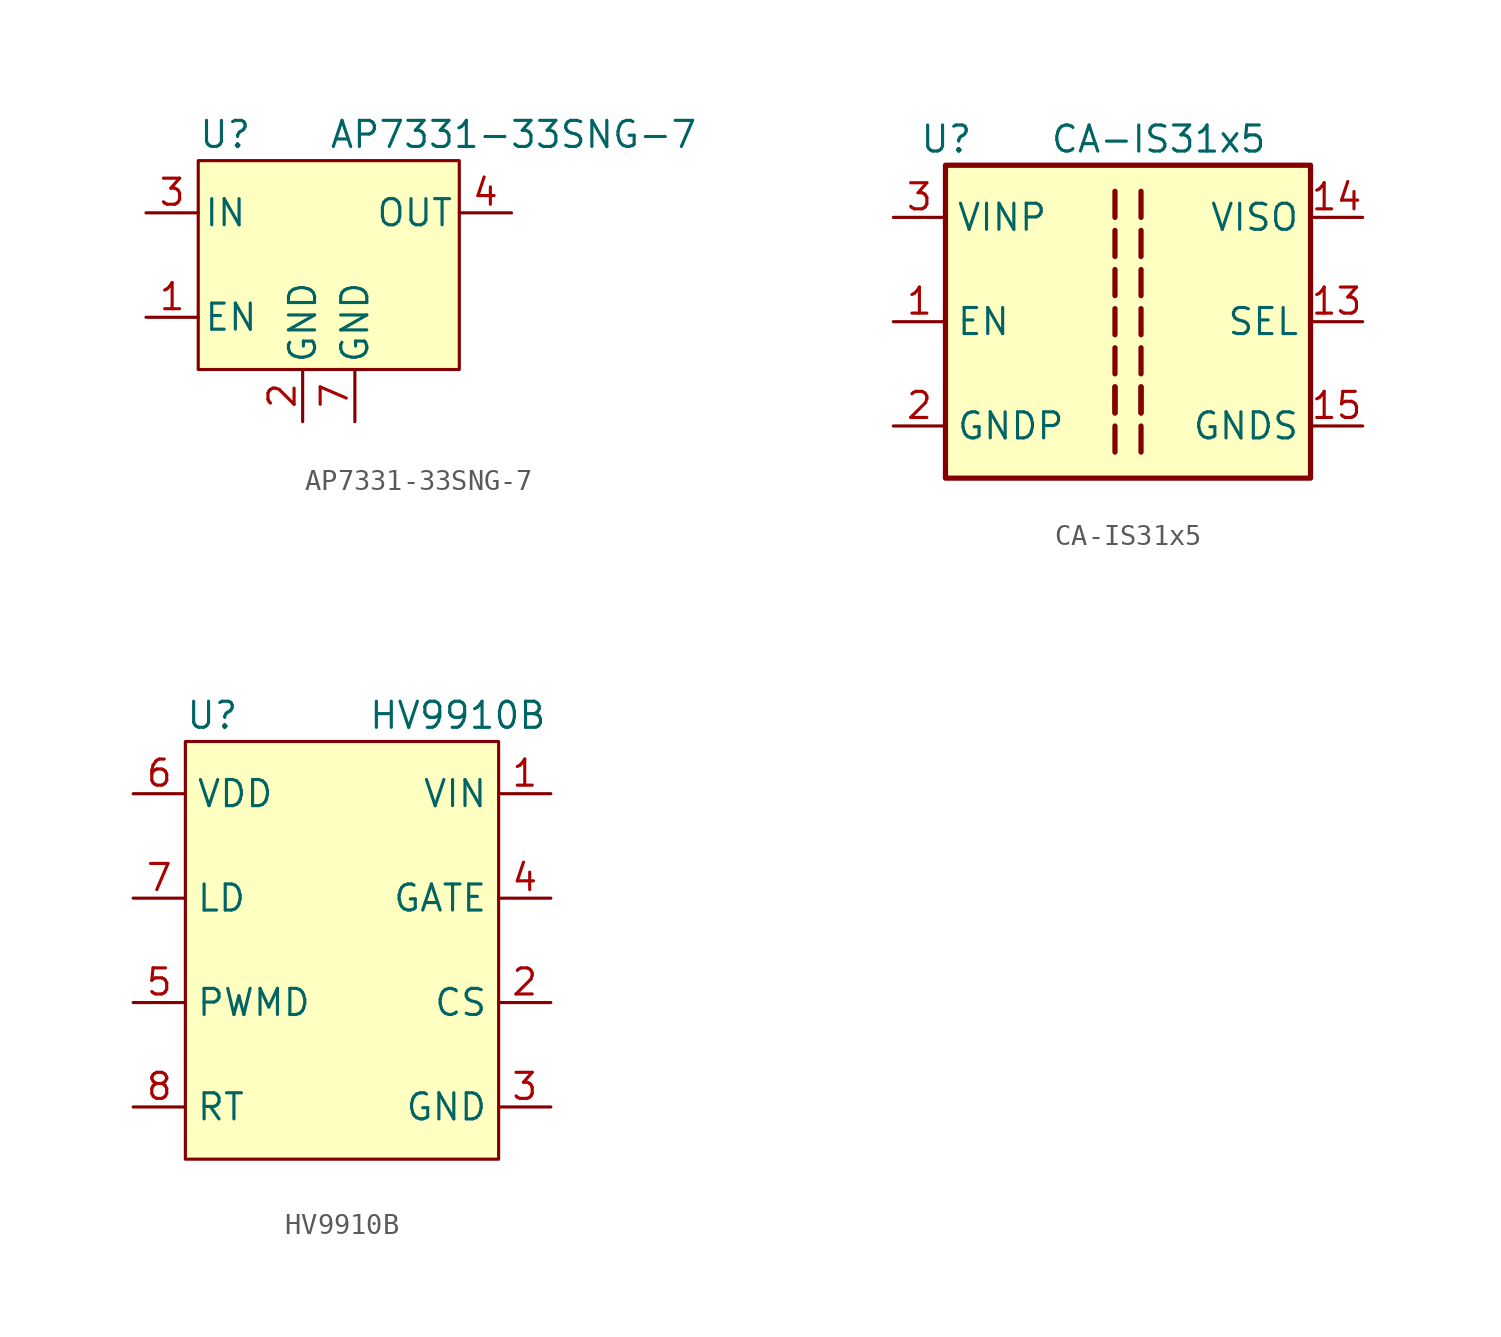
<source format=kicad_sym>
(kicad_symbol_lib
  (version 20231120)
  (generator "kicad_symbol_editor")
  (generator_version "8.0")
  (symbol "AP7331-33SNG-7"
    (pin_names
      (offset 0.254))
    (property "Reference" "U"
      (at -5.08 6.35 0)
      (effects (font (size 1.27 1.27)) (justify left)))
    (property "Value" "AP7331-33SNG-7"
      (at 1.27 6.35 0)
      (effects (font (size 1.27 1.27)) (justify left)))
    (symbol "AP7331-33SNG-7_0_1"
      (rectangle (start -5.08 5.08) (end 7.62 -5.08) (stroke (width 0) (type default)) (fill (type background))))
    (symbol "AP7331-33SNG-7_1_1"
      (pin input line (at -7.62 -2.54 0) (length 2.54) (name "EN" (effects (font (size 1.27 1.27)))) (number "1" (effects (font (size 1.27 1.27)))))
      (pin power_in line (at 0 -7.62 90) (length 2.54) (name "GND" (effects (font (size 1.27 1.27)))) (number "2" (effects (font (size 1.27 1.27)))))
      (pin power_in line (at -7.62 2.54 0) (length 2.54) (name "IN" (effects (font (size 1.27 1.27)))) (number "3" (effects (font (size 1.27 1.27)))))
      (pin power_out line (at 10.16 2.54 180) (length 2.54) (name "OUT" (effects (font (size 1.27 1.27)))) (number "4" (effects (font (size 1.27 1.27)))))
      (pin no_connect line (at 10.16 0 180) (length 2.54) hide (name "NC" (effects (font (size 1.27 1.27)))) (number "5" (effects (font (size 1.27 1.27)))))
      (pin no_connect line (at 10.16 -2.54 180) (length 2.54) hide (name "NC" (effects (font (size 1.27 1.27)))) (number "6" (effects (font (size 1.27 1.27)))))
      (pin power_in line (at 2.54 -7.62 90) (length 2.54) (name "GND" (effects (font (size 1.27 1.27)))) (number "7" (effects (font (size 1.27 1.27)))))))
  (symbol "CA-IS31x5"
    (property "Reference" "U"
      (at -10.16 8.89 0)
      (effects (font (size 1.27 1.27)) (justify left)))
    (property "Value" "CA-IS31x5"
      (at -3.81 8.89 0)
      (effects (font (size 1.27 1.27)) (justify left)))
    (symbol "CA-IS31x5_0_1"
      (rectangle (start -8.89 7.62) (end 8.89 -7.62) (stroke (width 0.254) (type default)) (fill (type background))))
    (symbol "CA-IS31x5_1_1"
      (polyline (pts (xy -0.635 -6.35) (xy -0.635 -5.08)) (stroke (width 0.254) (type default)) (fill (type none)))
      (polyline (pts (xy -0.635 -4.445) (xy -0.635 -3.175)) (stroke (width 0.254) (type default)) (fill (type none)))
      (polyline (pts (xy -0.635 -3.175) (xy -0.635 -4.445)) (stroke (width 0.254) (type default)) (fill (type none)))
      (polyline (pts (xy -0.635 -1.27) (xy -0.635 -2.54)) (stroke (width 0.254) (type default)) (fill (type none)))
      (polyline (pts (xy -0.635 0.635) (xy -0.635 -0.635)) (stroke (width 0.254) (type default)) (fill (type none)))
      (polyline (pts (xy -0.635 1.27) (xy -0.635 2.54)) (stroke (width 0.254) (type default)) (fill (type none)))
      (polyline (pts (xy -0.635 3.175) (xy -0.635 4.445)) (stroke (width 0.254) (type default)) (fill (type none)))
      (polyline (pts (xy -0.635 6.35) (xy -0.635 5.08)) (stroke (width 0.254) (type default)) (fill (type none)))
      (polyline (pts (xy 0.635 -6.35) (xy 0.635 -5.08)) (stroke (width 0.254) (type default)) (fill (type none)))
      (polyline (pts (xy 0.635 -4.445) (xy 0.635 -3.175)) (stroke (width 0.254) (type default)) (fill (type none)))
      (polyline (pts (xy 0.635 -3.175) (xy 0.635 -4.445)) (stroke (width 0.254) (type default)) (fill (type none)))
      (polyline (pts (xy 0.635 -1.27) (xy 0.635 -2.54)) (stroke (width 0.254) (type default)) (fill (type none)))
      (polyline (pts (xy 0.635 0.635) (xy 0.635 -0.635)) (stroke (width 0.254) (type default)) (fill (type none)))
      (polyline (pts (xy 0.635 1.27) (xy 0.635 2.54)) (stroke (width 0.254) (type default)) (fill (type none)))
      (polyline (pts (xy 0.635 3.175) (xy 0.635 4.445)) (stroke (width 0.254) (type default)) (fill (type none)))
      (polyline (pts (xy 0.635 6.35) (xy 0.635 5.08)) (stroke (width 0.254) (type default)) (fill (type none)))
      (pin input line (at -11.43 0 0) (length 2.54) (name "EN" (effects (font (size 1.27 1.27)))) (number "1" (effects (font (size 1.27 1.27)))))
      (pin power_in line (at 11.43 -5.08 180) (length 2.54) hide (name "GNDS" (effects (font (size 1.27 1.27)))) (number "10" (effects (font (size 1.27 1.27)))))
      (pin power_in line (at 11.43 -5.08 180) (length 2.54) hide (name "GNDS" (effects (font (size 1.27 1.27)))) (number "11" (effects (font (size 1.27 1.27)))))
      (pin power_in line (at 11.43 -5.08 180) (length 2.54) hide (name "GNDS" (effects (font (size 1.27 1.27)))) (number "12" (effects (font (size 1.27 1.27)))))
      (pin input line (at 11.43 0 180) (length 2.54) (name "SEL" (effects (font (size 1.27 1.27)))) (number "13" (effects (font (size 1.27 1.27)))))
      (pin power_out line (at 11.43 5.08 180) (length 2.54) (name "VISO" (effects (font (size 1.27 1.27)))) (number "14" (effects (font (size 1.27 1.27)))))
      (pin power_out line (at 11.43 -5.08 180) (length 2.54) (name "GNDS" (effects (font (size 1.27 1.27)))) (number "15" (effects (font (size 1.27 1.27)))))
      (pin power_out line (at 11.43 -5.08 180) (length 2.54) hide (name "GNDS" (effects (font (size 1.27 1.27)))) (number "16" (effects (font (size 1.27 1.27)))))
      (pin power_in line (at -11.43 -5.08 0) (length 2.54) (name "GNDP" (effects (font (size 1.27 1.27)))) (number "2" (effects (font (size 1.27 1.27)))))
      (pin power_in line (at -11.43 5.08 0) (length 2.54) (name "VINP" (effects (font (size 1.27 1.27)))) (number "3" (effects (font (size 1.27 1.27)))))
      (pin power_in line (at -11.43 -5.08 0) (length 2.54) hide (name "GNDP" (effects (font (size 1.27 1.27)))) (number "4" (effects (font (size 1.27 1.27)))))
      (pin power_in line (at -11.43 -5.08 0) (length 2.54) hide (name "GNDP" (effects (font (size 1.27 1.27)))) (number "5" (effects (font (size 1.27 1.27)))))
      (pin power_in line (at -11.43 -5.08 0) (length 2.54) hide (name "GNDP" (effects (font (size 1.27 1.27)))) (number "6" (effects (font (size 1.27 1.27)))))
      (pin power_in line (at -11.43 -5.08 0) (length 2.54) hide (name "GNDP" (effects (font (size 1.27 1.27)))) (number "7" (effects (font (size 1.27 1.27)))))
      (pin power_in line (at -11.43 -5.08 0) (length 2.54) hide (name "GNDP" (effects (font (size 1.27 1.27)))) (number "8" (effects (font (size 1.27 1.27)))))
      (pin power_in line (at 11.43 -5.08 180) (length 2.54) hide (name "GNDS" (effects (font (size 1.27 1.27)))) (number "9" (effects (font (size 1.27 1.27)))))))
  (symbol "HV9910B"
    (property "Reference" "U"
      (at -7.62 11.43 0)
      (effects (font (size 1.27 1.27)) (justify left)))
    (property "Value" "HV9910B"
      (at 1.27 11.43 0)
      (effects (font (size 1.27 1.27)) (justify left)))
    (symbol "HV9910B_0_1"
      (rectangle (start -7.62 10.16) (end 7.62 -10.16) (stroke (width 0) (type default)) (fill (type background))))
    (symbol "HV9910B_1_1"
      (pin power_in line (at 10.16 7.62 180) (length 2.54) (name "VIN" (effects (font (size 1.27 1.27)))) (number "1" (effects (font (size 1.27 1.27)))))
      (pin input line (at 10.16 -2.54 180) (length 2.54) (name "CS" (effects (font (size 1.27 1.27)))) (number "2" (effects (font (size 1.27 1.27)))))
      (pin power_in line (at 10.16 -7.62 180) (length 2.54) (name "GND" (effects (font (size 1.27 1.27)))) (number "3" (effects (font (size 1.27 1.27)))))
      (pin output line (at 10.16 2.54 180) (length 2.54) (name "GATE" (effects (font (size 1.27 1.27)))) (number "4" (effects (font (size 1.27 1.27)))))
      (pin output line (at -10.16 -2.54 0) (length 2.54) (name "PWMD" (effects (font (size 1.27 1.27)))) (number "5" (effects (font (size 1.27 1.27)))))
      (pin power_out line (at -10.16 7.62 0) (length 2.54) (name "VDD" (effects (font (size 1.27 1.27)))) (number "6" (effects (font (size 1.27 1.27)))))
      (pin input line (at -10.16 2.54 0) (length 2.54) (name "LD" (effects (font (size 1.27 1.27)))) (number "7" (effects (font (size 1.27 1.27)))))
      (pin output line (at -10.16 -7.62 0) (length 2.54) (name "RT" (effects (font (size 1.27 1.27)))) (number "8" (effects (font (size 1.27 1.27))))))))
</source>
